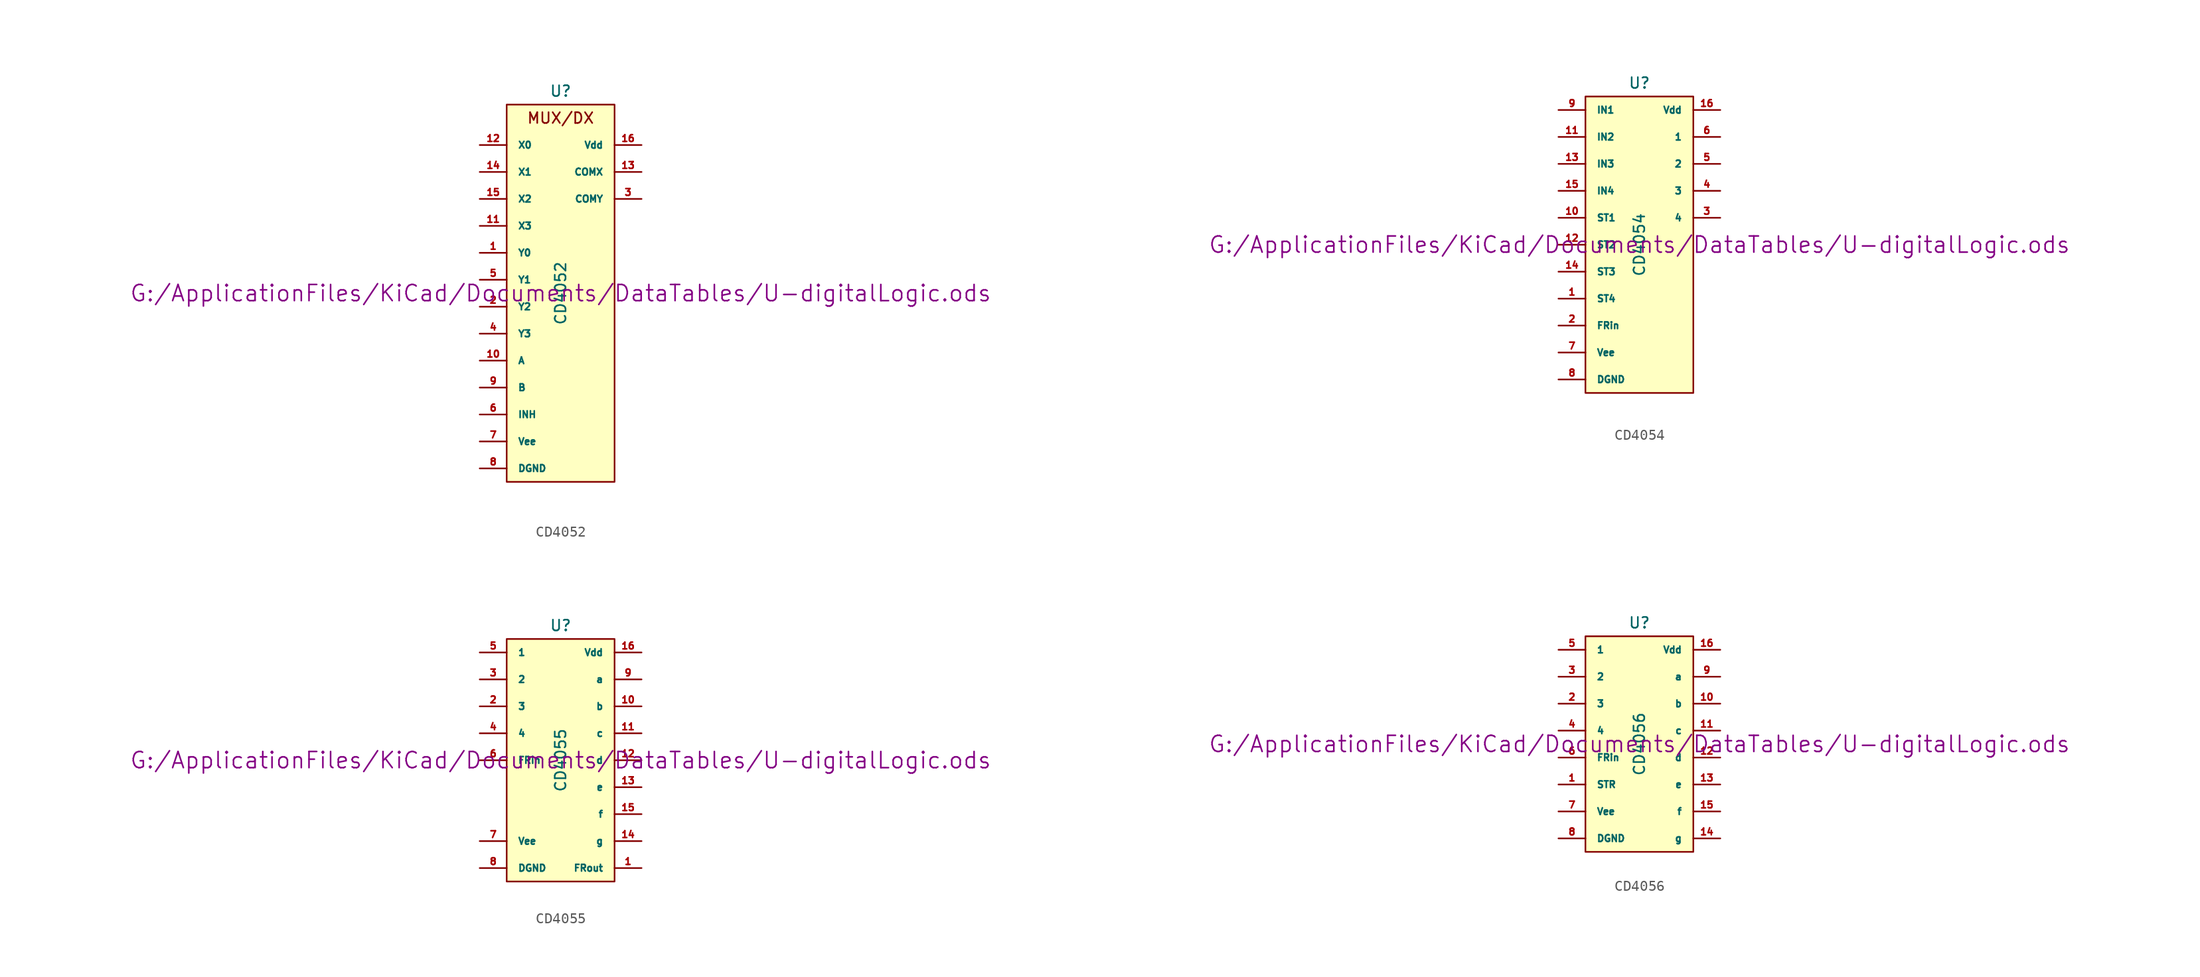
<source format=kicad_sym>
(kicad_symbol_lib
  (version 20211014)
  (generator kicad_symbol_editor)
  (symbol "CD4052"
    (pin_names
      (offset 1.016))
    (property "Reference" "U"
      (at 0 19.05 0)
      (effects (font (size 1.016 1.016))))
    (property "Value" "CD4052"
      (at 0 0 90)
      (effects (font (size 1.016 1.016))))
    (property "Footprint" ""
      (at 0 0 0)
      (effects (font (size 1.524 1.524))))
    (property "Datasheet" "G:/ApplicationFiles/KiCad/Documents/DataTables/U-digitalLogic.ods"
      (at 0 0 0)
      (effects (font (size 1.524 1.524))))
    (symbol "CD4052_0_0"
      (text "MUX/DX" (at 0 16.51 0) (effects (font (size 1.016 1.016)))))
    (symbol "CD4052_0_1"
      (rectangle (start -5.08 17.78) (end 5.08 -17.78) (stroke (width 0) (type default) (color 0 0 0 0)) (fill (type background))))
    (symbol "CD4052_1_1"
      (pin bidirectional line (at -7.62 3.81 0) (length 2.54) (name "Y0" (effects (font (size 0.635 0.635)))) (number "1" (effects (font (size 0.635 0.635)))))
      (pin input line (at -7.62 -6.35 0) (length 2.54) (name "A" (effects (font (size 0.635 0.635)))) (number "10" (effects (font (size 0.635 0.635)))))
      (pin bidirectional line (at -7.62 6.35 0) (length 2.54) (name "X3" (effects (font (size 0.635 0.635)))) (number "11" (effects (font (size 0.635 0.635)))))
      (pin bidirectional line (at -7.62 13.97 0) (length 2.54) (name "X0" (effects (font (size 0.635 0.635)))) (number "12" (effects (font (size 0.635 0.635)))))
      (pin bidirectional line (at 7.62 11.43 180) (length 2.54) (name "COMX" (effects (font (size 0.635 0.635)))) (number "13" (effects (font (size 0.635 0.635)))))
      (pin bidirectional line (at -7.62 11.43 0) (length 2.54) (name "X1" (effects (font (size 0.635 0.635)))) (number "14" (effects (font (size 0.635 0.635)))))
      (pin bidirectional line (at -7.62 8.89 0) (length 2.54) (name "X2" (effects (font (size 0.635 0.635)))) (number "15" (effects (font (size 0.635 0.635)))))
      (pin power_in line (at 7.62 13.97 180) (length 2.54) (name "Vdd" (effects (font (size 0.635 0.635)))) (number "16" (effects (font (size 0.635 0.635)))))
      (pin bidirectional line (at -7.62 -1.27 0) (length 2.54) (name "Y2" (effects (font (size 0.635 0.635)))) (number "2" (effects (font (size 0.635 0.635)))))
      (pin bidirectional line (at 7.62 8.89 180) (length 2.54) (name "COMY" (effects (font (size 0.635 0.635)))) (number "3" (effects (font (size 0.635 0.635)))))
      (pin bidirectional line (at -7.62 -3.81 0) (length 2.54) (name "Y3" (effects (font (size 0.635 0.635)))) (number "4" (effects (font (size 0.635 0.635)))))
      (pin bidirectional line (at -7.62 1.27 0) (length 2.54) (name "Y1" (effects (font (size 0.635 0.635)))) (number "5" (effects (font (size 0.635 0.635)))))
      (pin input line (at -7.62 -11.43 0) (length 2.54) (name "INH" (effects (font (size 0.635 0.635)))) (number "6" (effects (font (size 0.635 0.635)))))
      (pin power_in line (at -7.62 -13.97 0) (length 2.54) (name "Vee" (effects (font (size 0.635 0.635)))) (number "7" (effects (font (size 0.635 0.635)))))
      (pin power_in line (at -7.62 -16.51 0) (length 2.54) (name "DGND" (effects (font (size 0.635 0.635)))) (number "8" (effects (font (size 0.635 0.635)))))
      (pin input line (at -7.62 -8.89 0) (length 2.54) (name "B" (effects (font (size 0.635 0.635)))) (number "9" (effects (font (size 0.635 0.635)))))))
  (symbol "CD4054"
    (pin_names
      (offset 1.016))
    (property "Reference" "U"
      (at 0 15.24 0)
      (effects (font (size 1.016 1.016))))
    (property "Value" "CD4054"
      (at 0 0 90)
      (effects (font (size 1.016 1.016))))
    (property "Footprint" ""
      (at 0 0 0)
      (effects (font (size 1.524 1.524))))
    (property "Datasheet" "G:/ApplicationFiles/KiCad/Documents/DataTables/U-digitalLogic.ods"
      (at 0 0 0)
      (effects (font (size 1.524 1.524))))
    (symbol "CD4054_0_1"
      (rectangle (start -5.08 13.97) (end 5.08 -13.97) (stroke (width 0) (type default) (color 0 0 0 0)) (fill (type background))))
    (symbol "CD4054_1_1"
      (pin input line (at -7.62 -5.08 0) (length 2.54) (name "ST4" (effects (font (size 0.635 0.635)))) (number "1" (effects (font (size 0.635 0.635)))))
      (pin input line (at -7.62 2.54 0) (length 2.54) (name "ST1" (effects (font (size 0.635 0.635)))) (number "10" (effects (font (size 0.635 0.635)))))
      (pin input line (at -7.62 10.16 0) (length 2.54) (name "IN2" (effects (font (size 0.635 0.635)))) (number "11" (effects (font (size 0.635 0.635)))))
      (pin input line (at -7.62 0 0) (length 2.54) (name "ST2" (effects (font (size 0.635 0.635)))) (number "12" (effects (font (size 0.635 0.635)))))
      (pin input line (at -7.62 7.62 0) (length 2.54) (name "IN3" (effects (font (size 0.635 0.635)))) (number "13" (effects (font (size 0.635 0.635)))))
      (pin input line (at -7.62 -2.54 0) (length 2.54) (name "ST3" (effects (font (size 0.635 0.635)))) (number "14" (effects (font (size 0.635 0.635)))))
      (pin input line (at -7.62 5.08 0) (length 2.54) (name "IN4" (effects (font (size 0.635 0.635)))) (number "15" (effects (font (size 0.635 0.635)))))
      (pin power_in line (at 7.62 12.7 180) (length 2.54) (name "Vdd" (effects (font (size 0.635 0.635)))) (number "16" (effects (font (size 0.635 0.635)))))
      (pin input line (at -7.62 -7.62 0) (length 2.54) (name "FRin" (effects (font (size 0.635 0.635)))) (number "2" (effects (font (size 0.635 0.635)))))
      (pin output line (at 7.62 2.54 180) (length 2.54) (name "4" (effects (font (size 0.635 0.635)))) (number "3" (effects (font (size 0.635 0.635)))))
      (pin output line (at 7.62 5.08 180) (length 2.54) (name "3" (effects (font (size 0.635 0.635)))) (number "4" (effects (font (size 0.635 0.635)))))
      (pin output line (at 7.62 7.62 180) (length 2.54) (name "2" (effects (font (size 0.635 0.635)))) (number "5" (effects (font (size 0.635 0.635)))))
      (pin output line (at 7.62 10.16 180) (length 2.54) (name "1" (effects (font (size 0.635 0.635)))) (number "6" (effects (font (size 0.635 0.635)))))
      (pin power_in line (at -7.62 -10.16 0) (length 2.54) (name "Vee" (effects (font (size 0.635 0.635)))) (number "7" (effects (font (size 0.635 0.635)))))
      (pin power_in line (at -7.62 -12.7 0) (length 2.54) (name "DGND" (effects (font (size 0.635 0.635)))) (number "8" (effects (font (size 0.635 0.635)))))
      (pin input line (at -7.62 12.7 0) (length 2.54) (name "IN1" (effects (font (size 0.635 0.635)))) (number "9" (effects (font (size 0.635 0.635)))))))
  (symbol "CD4055"
    (pin_names
      (offset 1.016))
    (property "Reference" "U"
      (at 0 12.7 0)
      (effects (font (size 1.016 1.016))))
    (property "Value" "CD4055"
      (at 0 0 90)
      (effects (font (size 1.016 1.016))))
    (property "Footprint" ""
      (at 0 0 0)
      (effects (font (size 1.524 1.524))))
    (property "Datasheet" "G:/ApplicationFiles/KiCad/Documents/DataTables/U-digitalLogic.ods"
      (at 0 0 0)
      (effects (font (size 1.524 1.524))))
    (symbol "CD4055_0_1"
      (rectangle (start -5.08 11.43) (end 5.08 -11.43) (stroke (width 0) (type default) (color 0 0 0 0)) (fill (type background))))
    (symbol "CD4055_1_1"
      (pin output line (at 7.62 -10.16 180) (length 2.54) (name "FRout" (effects (font (size 0.635 0.635)))) (number "1" (effects (font (size 0.635 0.635)))))
      (pin output line (at 7.62 5.08 180) (length 2.54) (name "b" (effects (font (size 0.635 0.635)))) (number "10" (effects (font (size 0.635 0.635)))))
      (pin output line (at 7.62 2.54 180) (length 2.54) (name "c" (effects (font (size 0.635 0.635)))) (number "11" (effects (font (size 0.635 0.635)))))
      (pin output line (at 7.62 0 180) (length 2.54) (name "d" (effects (font (size 0.635 0.635)))) (number "12" (effects (font (size 0.635 0.635)))))
      (pin output line (at 7.62 -2.54 180) (length 2.54) (name "e" (effects (font (size 0.635 0.635)))) (number "13" (effects (font (size 0.635 0.635)))))
      (pin output line (at 7.62 -7.62 180) (length 2.54) (name "g" (effects (font (size 0.635 0.635)))) (number "14" (effects (font (size 0.635 0.635)))))
      (pin output line (at 7.62 -5.08 180) (length 2.54) (name "f" (effects (font (size 0.635 0.635)))) (number "15" (effects (font (size 0.635 0.635)))))
      (pin power_in line (at 7.62 10.16 180) (length 2.54) (name "Vdd" (effects (font (size 0.635 0.635)))) (number "16" (effects (font (size 0.635 0.635)))))
      (pin input line (at -7.62 5.08 0) (length 2.54) (name "3" (effects (font (size 0.635 0.635)))) (number "2" (effects (font (size 0.635 0.635)))))
      (pin input line (at -7.62 7.62 0) (length 2.54) (name "2" (effects (font (size 0.635 0.635)))) (number "3" (effects (font (size 0.635 0.635)))))
      (pin input line (at -7.62 2.54 0) (length 2.54) (name "4" (effects (font (size 0.635 0.635)))) (number "4" (effects (font (size 0.635 0.635)))))
      (pin input line (at -7.62 10.16 0) (length 2.54) (name "1" (effects (font (size 0.635 0.635)))) (number "5" (effects (font (size 0.635 0.635)))))
      (pin input line (at -7.62 0 0) (length 2.54) (name "FRin" (effects (font (size 0.635 0.635)))) (number "6" (effects (font (size 0.635 0.635)))))
      (pin power_in line (at -7.62 -7.62 0) (length 2.54) (name "Vee" (effects (font (size 0.635 0.635)))) (number "7" (effects (font (size 0.635 0.635)))))
      (pin power_in line (at -7.62 -10.16 0) (length 2.54) (name "DGND" (effects (font (size 0.635 0.635)))) (number "8" (effects (font (size 0.635 0.635)))))
      (pin output line (at 7.62 7.62 180) (length 2.54) (name "a" (effects (font (size 0.635 0.635)))) (number "9" (effects (font (size 0.635 0.635)))))))
  (symbol "CD4056"
    (pin_names
      (offset 1.016))
    (property "Reference" "U"
      (at 0 11.43 0)
      (effects (font (size 1.016 1.016))))
    (property "Value" "CD4056"
      (at 0 0 90)
      (effects (font (size 1.016 1.016))))
    (property "Footprint" ""
      (at 0 0 0)
      (effects (font (size 1.524 1.524))))
    (property "Datasheet" "G:/ApplicationFiles/KiCad/Documents/DataTables/U-digitalLogic.ods"
      (at 0 0 0)
      (effects (font (size 1.524 1.524))))
    (symbol "CD4056_0_1"
      (rectangle (start -5.08 10.16) (end 5.08 -10.16) (stroke (width 0) (type default) (color 0 0 0 0)) (fill (type background))))
    (symbol "CD4056_1_1"
      (pin input line (at -7.62 -3.81 0) (length 2.54) (name "STR" (effects (font (size 0.635 0.635)))) (number "1" (effects (font (size 0.635 0.635)))))
      (pin output line (at 7.62 3.81 180) (length 2.54) (name "b" (effects (font (size 0.635 0.635)))) (number "10" (effects (font (size 0.635 0.635)))))
      (pin output line (at 7.62 1.27 180) (length 2.54) (name "c" (effects (font (size 0.635 0.635)))) (number "11" (effects (font (size 0.635 0.635)))))
      (pin output line (at 7.62 -1.27 180) (length 2.54) (name "d" (effects (font (size 0.635 0.635)))) (number "12" (effects (font (size 0.635 0.635)))))
      (pin output line (at 7.62 -3.81 180) (length 2.54) (name "e" (effects (font (size 0.635 0.635)))) (number "13" (effects (font (size 0.635 0.635)))))
      (pin output line (at 7.62 -8.89 180) (length 2.54) (name "g" (effects (font (size 0.635 0.635)))) (number "14" (effects (font (size 0.635 0.635)))))
      (pin output line (at 7.62 -6.35 180) (length 2.54) (name "f" (effects (font (size 0.635 0.635)))) (number "15" (effects (font (size 0.635 0.635)))))
      (pin power_in line (at 7.62 8.89 180) (length 2.54) (name "Vdd" (effects (font (size 0.635 0.635)))) (number "16" (effects (font (size 0.635 0.635)))))
      (pin input line (at -7.62 3.81 0) (length 2.54) (name "3" (effects (font (size 0.635 0.635)))) (number "2" (effects (font (size 0.635 0.635)))))
      (pin input line (at -7.62 6.35 0) (length 2.54) (name "2" (effects (font (size 0.635 0.635)))) (number "3" (effects (font (size 0.635 0.635)))))
      (pin input line (at -7.62 1.27 0) (length 2.54) (name "4" (effects (font (size 0.635 0.635)))) (number "4" (effects (font (size 0.635 0.635)))))
      (pin input line (at -7.62 8.89 0) (length 2.54) (name "1" (effects (font (size 0.635 0.635)))) (number "5" (effects (font (size 0.635 0.635)))))
      (pin input line (at -7.62 -1.27 0) (length 2.54) (name "FRin" (effects (font (size 0.635 0.635)))) (number "6" (effects (font (size 0.635 0.635)))))
      (pin power_in line (at -7.62 -6.35 0) (length 2.54) (name "Vee" (effects (font (size 0.635 0.635)))) (number "7" (effects (font (size 0.635 0.635)))))
      (pin power_in line (at -7.62 -8.89 0) (length 2.54) (name "DGND" (effects (font (size 0.635 0.635)))) (number "8" (effects (font (size 0.635 0.635)))))
      (pin output line (at 7.62 6.35 180) (length 2.54) (name "a" (effects (font (size 0.635 0.635)))) (number "9" (effects (font (size 0.635 0.635))))))))
</source>
